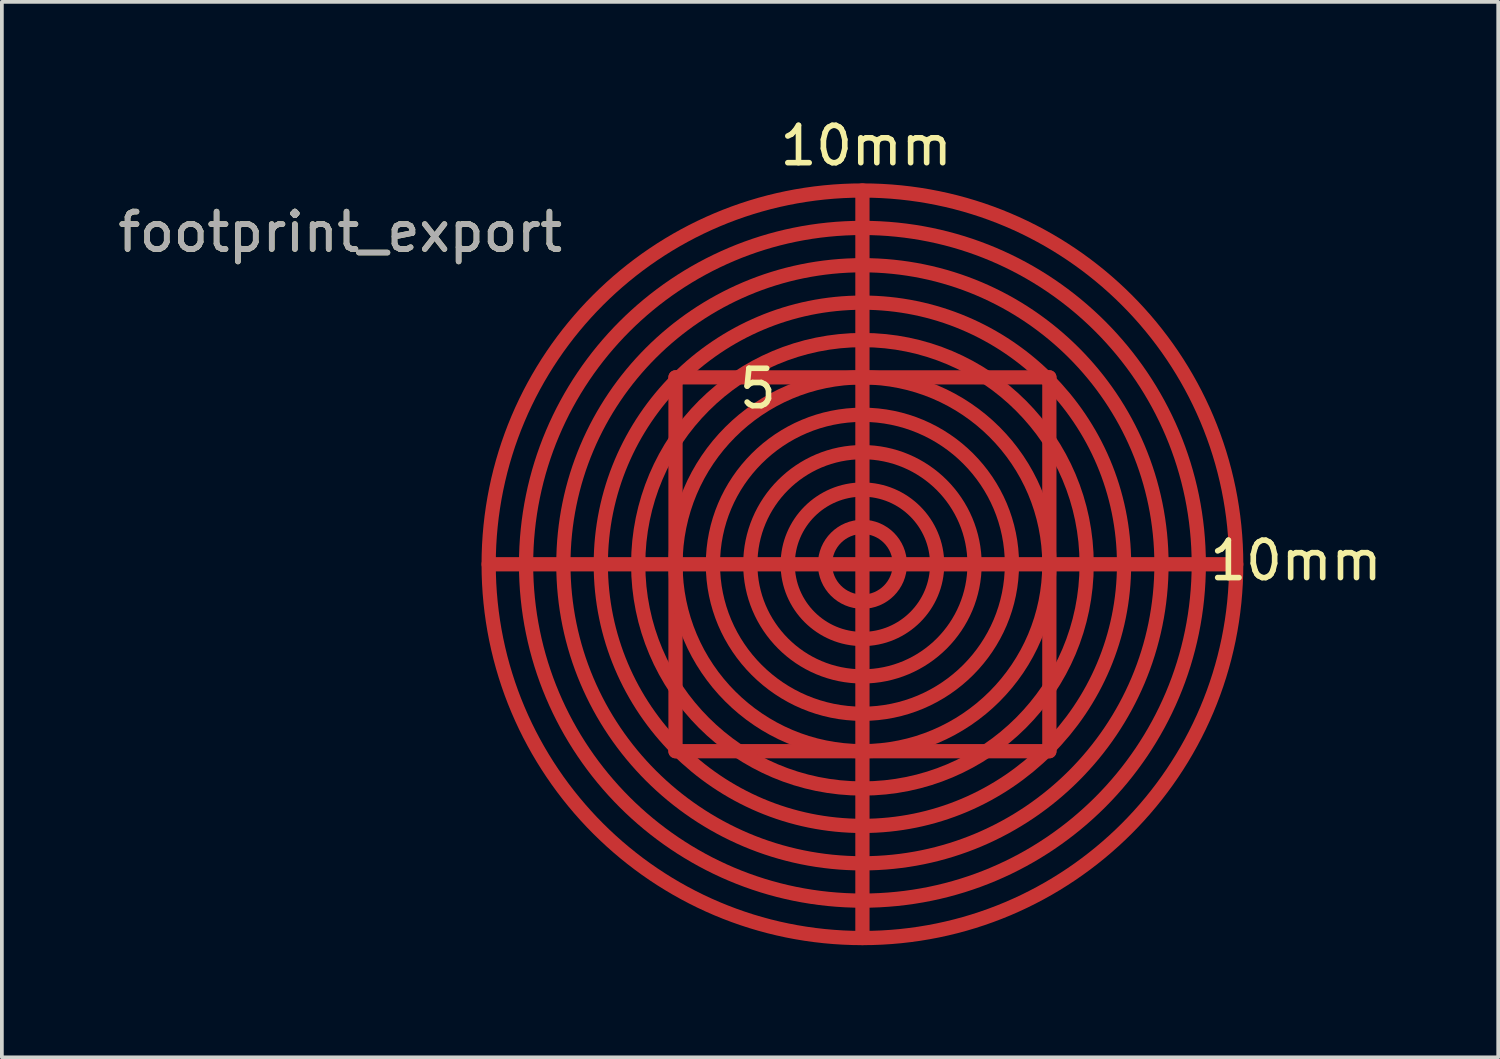
<source format=kicad_pcb>
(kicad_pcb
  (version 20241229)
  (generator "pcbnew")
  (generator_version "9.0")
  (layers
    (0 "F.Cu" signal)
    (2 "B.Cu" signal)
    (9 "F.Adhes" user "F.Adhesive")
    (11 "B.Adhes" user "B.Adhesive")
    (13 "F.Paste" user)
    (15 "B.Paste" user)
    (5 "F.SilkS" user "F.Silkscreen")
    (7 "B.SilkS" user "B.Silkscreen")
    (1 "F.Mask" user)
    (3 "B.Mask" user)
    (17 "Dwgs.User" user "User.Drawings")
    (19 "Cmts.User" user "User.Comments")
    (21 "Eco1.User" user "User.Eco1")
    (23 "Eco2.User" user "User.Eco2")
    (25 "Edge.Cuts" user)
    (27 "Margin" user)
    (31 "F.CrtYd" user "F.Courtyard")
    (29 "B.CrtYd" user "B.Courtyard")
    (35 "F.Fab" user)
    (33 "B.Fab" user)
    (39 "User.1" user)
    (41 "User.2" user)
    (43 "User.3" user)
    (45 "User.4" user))
  (footprint "footprint_export"
    (layer "F.Cu")
    (at 20.024 12.047)
    (property "Reference" "footprint_export" (at -13.97 -8.89 0) (layer "F.SilkS") (effects (font (size 1 1) (thickness 0.15))))
    (attr exclude_from_pos_files exclude_from_bom)
    (fp_line (start -5.001 -5.001) (end -5.001 0) (stroke (width 0.381) (type solid)) (layer "F.Cu"))
    (fp_line (start -5.001 5.001) (end -5.001 0) (stroke (width 0.381) (type solid)) (layer "F.Cu"))
    (fp_line (start -1.999 0) (end -10 0) (stroke (width 0.381) (type solid)) (layer "F.Cu"))
    (fp_line (start 0 -5.001) (end -5.001 -5.001) (stroke (width 0.381) (type solid)) (layer "F.Cu"))
    (fp_line (start 0 -5.001) (end 5.001 -5.001) (stroke (width 0.381) (type solid)) (layer "F.Cu"))
    (fp_line (start 0 0) (end -1.999 0) (stroke (width 0.381) (type solid)) (layer "F.Cu"))
    (fp_line (start 0 0) (end 0 -10) (stroke (width 0.381) (type solid)) (layer "F.Cu"))
    (fp_line (start 0 0) (end 0 1.999) (stroke (width 0.381) (type solid)) (layer "F.Cu"))
    (fp_line (start 0 0) (end 10 0) (stroke (width 0.381) (type solid)) (layer "F.Cu"))
    (fp_line (start 0 1.999) (end 0 10) (stroke (width 0.381) (type solid)) (layer "F.Cu"))
    (fp_line (start 0 5.001) (end -5.001 5.001) (stroke (width 0.381) (type solid)) (layer "F.Cu"))
    (fp_line (start 5.001 -5.001) (end 5.001 0) (stroke (width 0.381) (type solid)) (layer "F.Cu"))
    (fp_line (start 5.001 0) (end 5.001 5.001) (stroke (width 0.381) (type solid)) (layer "F.Cu"))
    (fp_line (start 5.001 5.001) (end 0 5.001) (stroke (width 0.381) (type solid)) (layer "F.Cu"))
    (fp_circle (center 0 0) (end 0 -8.999) (stroke (width 0.381) (type solid)) (fill no) (layer "F.Cu"))
    (fp_circle (center 0 0) (end 0 -8.001) (stroke (width 0.381) (type solid)) (fill no) (layer "F.Cu"))
    (fp_circle (center 0 0) (end 0 -7) (stroke (width 0.381) (type solid)) (fill no) (layer "F.Cu"))
    (fp_circle (center 0 0) (end 0 -5.999) (stroke (width 0.381) (type solid)) (fill no) (layer "F.Cu"))
    (fp_circle (center 0 0) (end 0 -4) (stroke (width 0.381) (type solid)) (fill no) (layer "F.Cu"))
    (fp_circle (center 0 0) (end 0 -3) (stroke (width 0.381) (type solid)) (fill no) (layer "F.Cu"))
    (fp_circle (center 0 0) (end 0 -1.999) (stroke (width 0.381) (type solid)) (fill no) (layer "F.Cu"))
    (fp_circle (center 0 0) (end 0 -1.001) (stroke (width 0.381) (type solid)) (fill no) (layer "F.Cu"))
    (fp_circle (center 0 0) (end 5.001 0) (stroke (width 0.381) (type solid)) (fill no) (layer "F.Cu"))
    (fp_circle (center 0 0) (end 10 0) (stroke (width 0.381) (type solid)) (fill no) (layer "F.Cu"))
    (fp_text user "10mm" (at 0.099 -11.199 0) (layer "F.SilkS") (effects (font (size 1 1) (thickness 0.15))))
    (fp_text user "10mm" (at 11.6 -0.099 0) (layer "F.SilkS") (effects (font (size 1 1) (thickness 0.15))))
    (fp_text user "5" (at -2.799 -4.699 0) (layer "F.SilkS") (effects (font (size 1 1) (thickness 0.15))))
    (fp_text user "${REFERENCE}" (at -13.97 -8.89 0) (layer "F.Fab") (effects (font (size 1 1) (thickness 0.15)))))
  (gr_rect
    (start -3 -3)
    (end 37.034 25.238)
    (stroke (width 0.1) (type default))
    (fill no)
    (layer "Edge.Cuts")))
</source>
